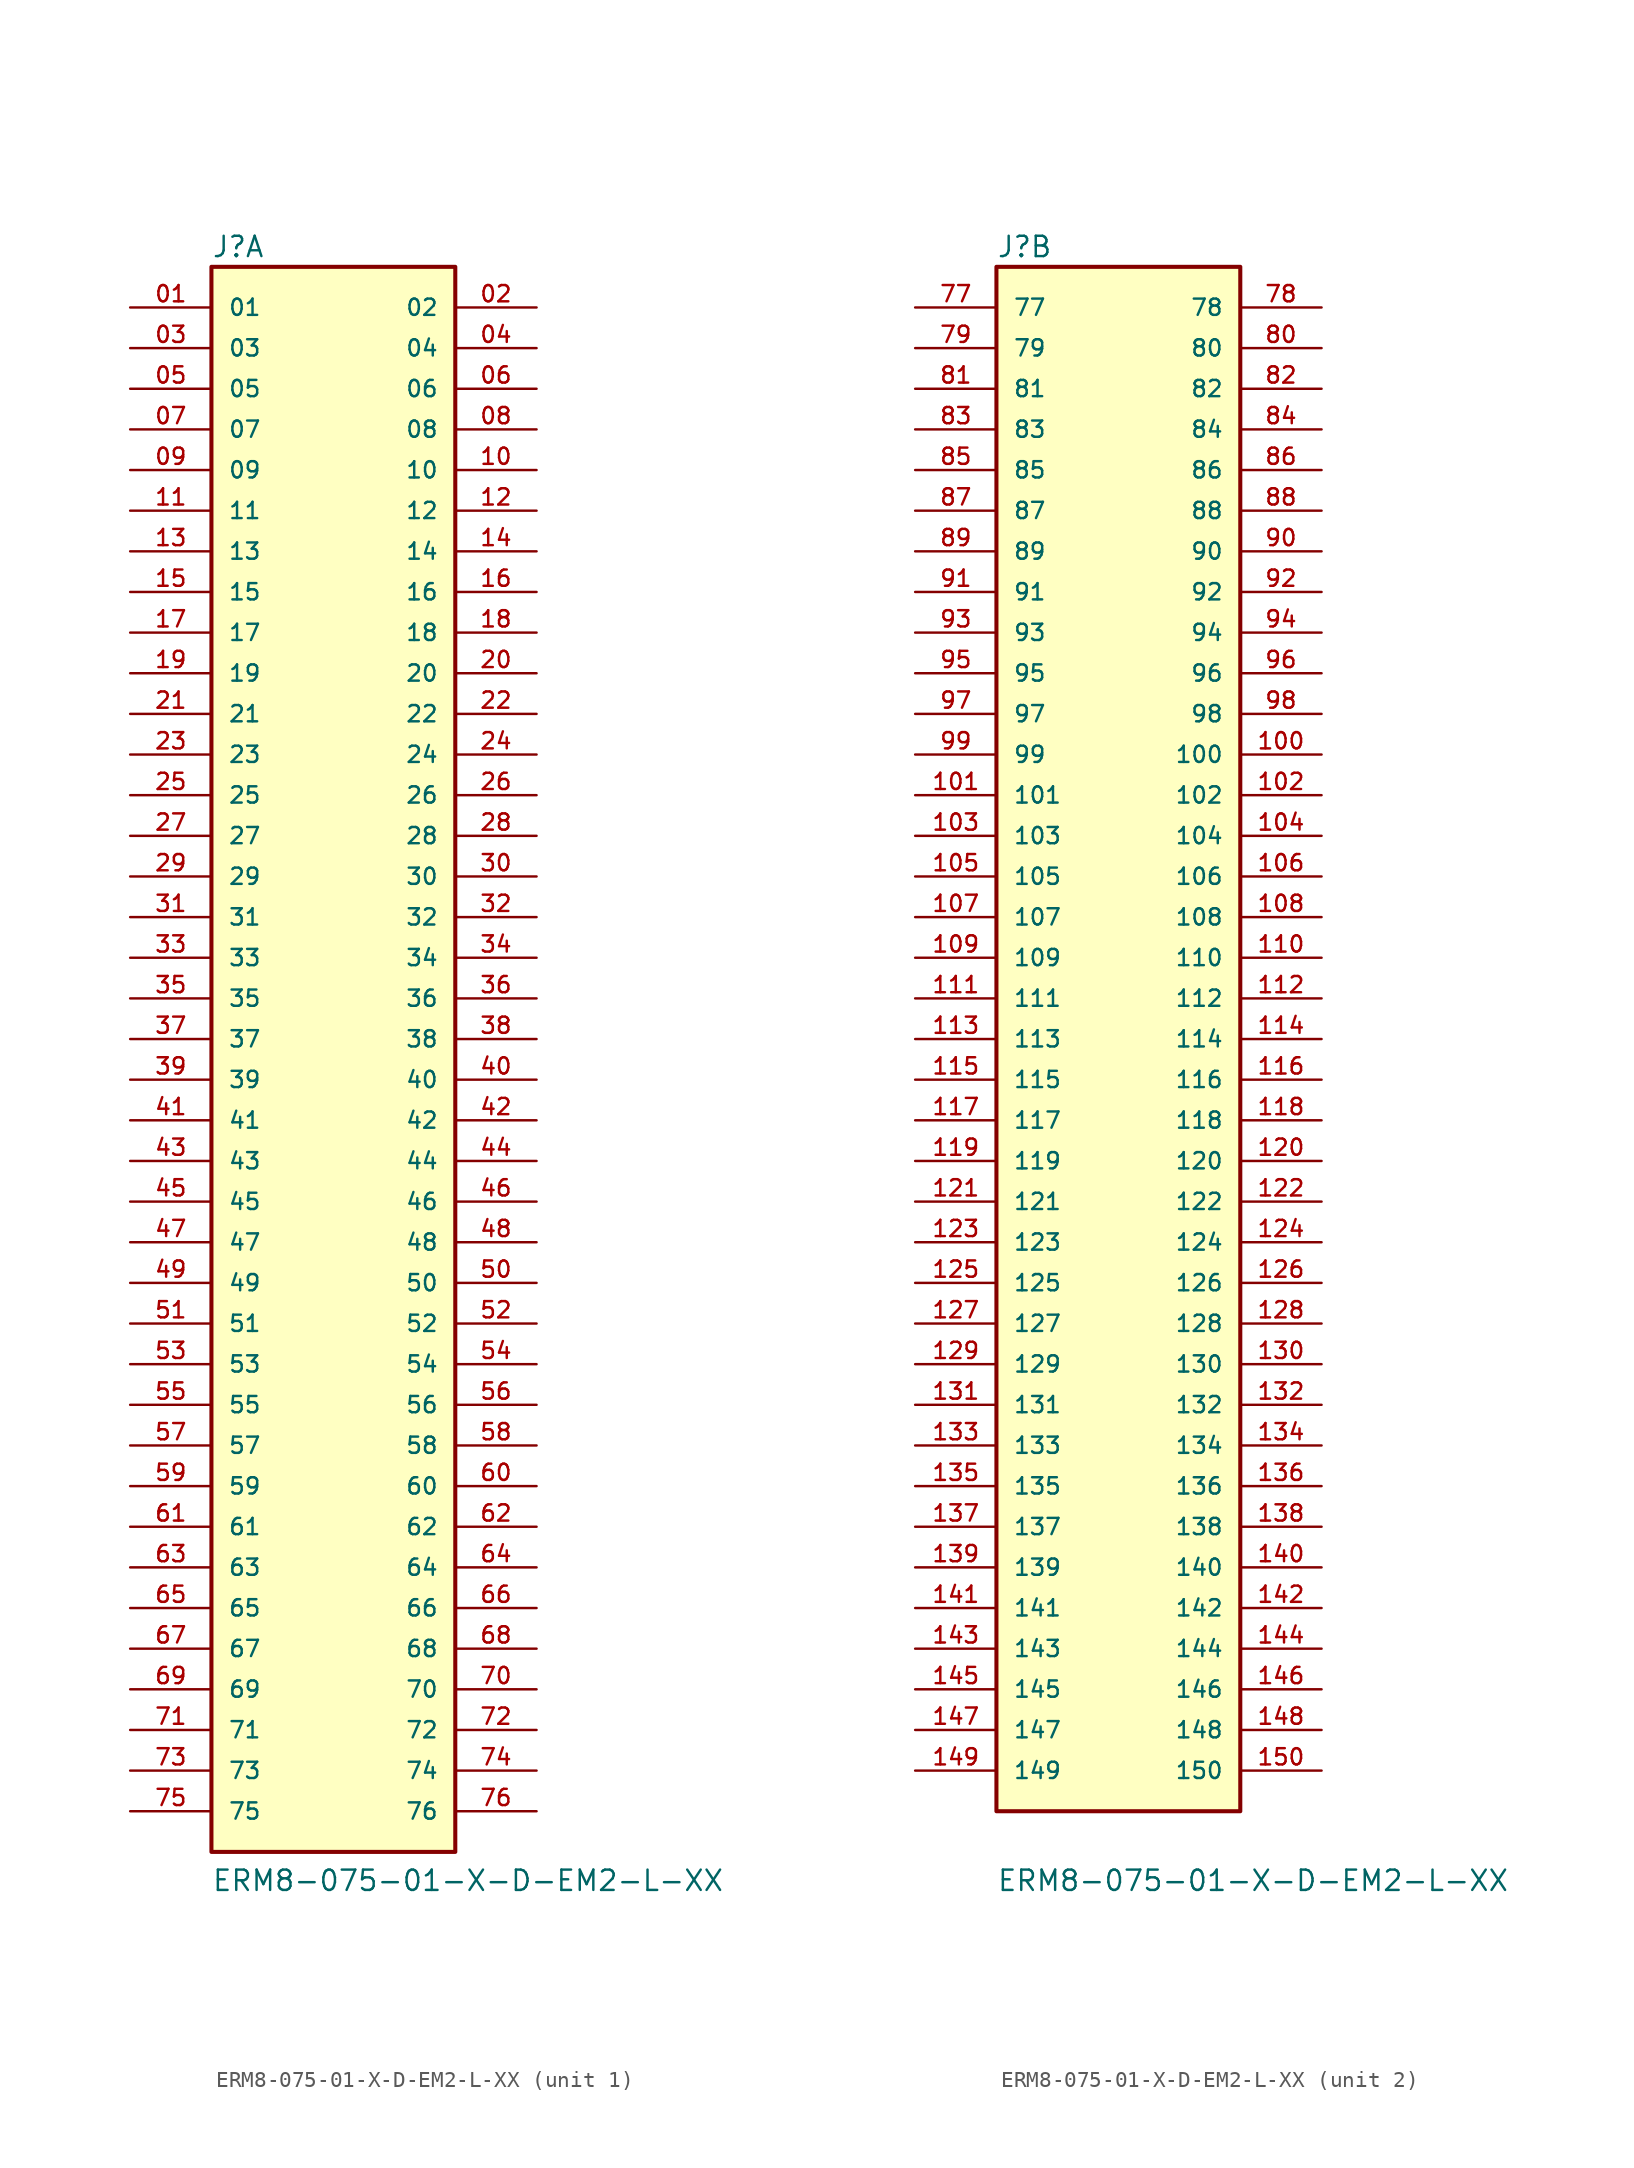
<source format=kicad_sym>
(kicad_symbol_lib
  (version 20211014)
  (generator kicad_symbol_editor)
  (symbol "ERM8-075-01-X-D-EM2-L-XX"
    (pin_names
      (offset 1.016))
    (property "Reference" "J"
      (at -7.62 48.768 0)
      (effects (font (size 1.27 1.27)) (justify bottom left)))
    (property "Value" "ERM8-075-01-X-D-EM2-L-XX"
      (at -7.62 -53.34 0)
      (effects (font (size 1.27 1.27)) (justify bottom left)))
    (symbol "ERM8-075-01-X-D-EM2-L-XX_1_0"
      (rectangle (start -7.62 -50.8) (end 7.62 48.26) (stroke (width 0.254)) (fill (type background)))
      (pin passive line (at -12.7 45.72 0) (length 5.08) (name "01" (effects (font (size 1.016 1.016)))) (number "01" (effects (font (size 1.016 1.016)))))
      (pin passive line (at 12.7 45.72 180.0) (length 5.08) (name "02" (effects (font (size 1.016 1.016)))) (number "02" (effects (font (size 1.016 1.016)))))
      (pin passive line (at -12.7 43.18 0) (length 5.08) (name "03" (effects (font (size 1.016 1.016)))) (number "03" (effects (font (size 1.016 1.016)))))
      (pin passive line (at 12.7 43.18 180.0) (length 5.08) (name "04" (effects (font (size 1.016 1.016)))) (number "04" (effects (font (size 1.016 1.016)))))
      (pin passive line (at -12.7 40.64 0) (length 5.08) (name "05" (effects (font (size 1.016 1.016)))) (number "05" (effects (font (size 1.016 1.016)))))
      (pin passive line (at 12.7 40.64 180.0) (length 5.08) (name "06" (effects (font (size 1.016 1.016)))) (number "06" (effects (font (size 1.016 1.016)))))
      (pin passive line (at -12.7 38.1 0) (length 5.08) (name "07" (effects (font (size 1.016 1.016)))) (number "07" (effects (font (size 1.016 1.016)))))
      (pin passive line (at 12.7 38.1 180.0) (length 5.08) (name "08" (effects (font (size 1.016 1.016)))) (number "08" (effects (font (size 1.016 1.016)))))
      (pin passive line (at -12.7 35.56 0) (length 5.08) (name "09" (effects (font (size 1.016 1.016)))) (number "09" (effects (font (size 1.016 1.016)))))
      (pin passive line (at 12.7 35.56 180.0) (length 5.08) (name "10" (effects (font (size 1.016 1.016)))) (number "10" (effects (font (size 1.016 1.016)))))
      (pin passive line (at -12.7 33.02 0) (length 5.08) (name "11" (effects (font (size 1.016 1.016)))) (number "11" (effects (font (size 1.016 1.016)))))
      (pin passive line (at 12.7 33.02 180.0) (length 5.08) (name "12" (effects (font (size 1.016 1.016)))) (number "12" (effects (font (size 1.016 1.016)))))
      (pin passive line (at -12.7 30.48 0) (length 5.08) (name "13" (effects (font (size 1.016 1.016)))) (number "13" (effects (font (size 1.016 1.016)))))
      (pin passive line (at 12.7 30.48 180.0) (length 5.08) (name "14" (effects (font (size 1.016 1.016)))) (number "14" (effects (font (size 1.016 1.016)))))
      (pin passive line (at -12.7 27.94 0) (length 5.08) (name "15" (effects (font (size 1.016 1.016)))) (number "15" (effects (font (size 1.016 1.016)))))
      (pin passive line (at 12.7 27.94 180.0) (length 5.08) (name "16" (effects (font (size 1.016 1.016)))) (number "16" (effects (font (size 1.016 1.016)))))
      (pin passive line (at -12.7 25.4 0) (length 5.08) (name "17" (effects (font (size 1.016 1.016)))) (number "17" (effects (font (size 1.016 1.016)))))
      (pin passive line (at 12.7 25.4 180.0) (length 5.08) (name "18" (effects (font (size 1.016 1.016)))) (number "18" (effects (font (size 1.016 1.016)))))
      (pin passive line (at -12.7 22.86 0) (length 5.08) (name "19" (effects (font (size 1.016 1.016)))) (number "19" (effects (font (size 1.016 1.016)))))
      (pin passive line (at 12.7 22.86 180.0) (length 5.08) (name "20" (effects (font (size 1.016 1.016)))) (number "20" (effects (font (size 1.016 1.016)))))
      (pin passive line (at -12.7 20.32 0) (length 5.08) (name "21" (effects (font (size 1.016 1.016)))) (number "21" (effects (font (size 1.016 1.016)))))
      (pin passive line (at 12.7 20.32 180.0) (length 5.08) (name "22" (effects (font (size 1.016 1.016)))) (number "22" (effects (font (size 1.016 1.016)))))
      (pin passive line (at -12.7 17.78 0) (length 5.08) (name "23" (effects (font (size 1.016 1.016)))) (number "23" (effects (font (size 1.016 1.016)))))
      (pin passive line (at 12.7 17.78 180.0) (length 5.08) (name "24" (effects (font (size 1.016 1.016)))) (number "24" (effects (font (size 1.016 1.016)))))
      (pin passive line (at -12.7 15.24 0) (length 5.08) (name "25" (effects (font (size 1.016 1.016)))) (number "25" (effects (font (size 1.016 1.016)))))
      (pin passive line (at 12.7 15.24 180.0) (length 5.08) (name "26" (effects (font (size 1.016 1.016)))) (number "26" (effects (font (size 1.016 1.016)))))
      (pin passive line (at -12.7 12.7 0) (length 5.08) (name "27" (effects (font (size 1.016 1.016)))) (number "27" (effects (font (size 1.016 1.016)))))
      (pin passive line (at 12.7 12.7 180.0) (length 5.08) (name "28" (effects (font (size 1.016 1.016)))) (number "28" (effects (font (size 1.016 1.016)))))
      (pin passive line (at -12.7 10.16 0) (length 5.08) (name "29" (effects (font (size 1.016 1.016)))) (number "29" (effects (font (size 1.016 1.016)))))
      (pin passive line (at 12.7 10.16 180.0) (length 5.08) (name "30" (effects (font (size 1.016 1.016)))) (number "30" (effects (font (size 1.016 1.016)))))
      (pin passive line (at -12.7 7.62 0) (length 5.08) (name "31" (effects (font (size 1.016 1.016)))) (number "31" (effects (font (size 1.016 1.016)))))
      (pin passive line (at 12.7 7.62 180.0) (length 5.08) (name "32" (effects (font (size 1.016 1.016)))) (number "32" (effects (font (size 1.016 1.016)))))
      (pin passive line (at -12.7 5.08 0) (length 5.08) (name "33" (effects (font (size 1.016 1.016)))) (number "33" (effects (font (size 1.016 1.016)))))
      (pin passive line (at 12.7 5.08 180.0) (length 5.08) (name "34" (effects (font (size 1.016 1.016)))) (number "34" (effects (font (size 1.016 1.016)))))
      (pin passive line (at -12.7 2.54 0) (length 5.08) (name "35" (effects (font (size 1.016 1.016)))) (number "35" (effects (font (size 1.016 1.016)))))
      (pin passive line (at 12.7 2.54 180.0) (length 5.08) (name "36" (effects (font (size 1.016 1.016)))) (number "36" (effects (font (size 1.016 1.016)))))
      (pin passive line (at -12.7 0.0 0) (length 5.08) (name "37" (effects (font (size 1.016 1.016)))) (number "37" (effects (font (size 1.016 1.016)))))
      (pin passive line (at 12.7 0.0 180.0) (length 5.08) (name "38" (effects (font (size 1.016 1.016)))) (number "38" (effects (font (size 1.016 1.016)))))
      (pin passive line (at -12.7 -2.54 0) (length 5.08) (name "39" (effects (font (size 1.016 1.016)))) (number "39" (effects (font (size 1.016 1.016)))))
      (pin passive line (at 12.7 -2.54 180.0) (length 5.08) (name "40" (effects (font (size 1.016 1.016)))) (number "40" (effects (font (size 1.016 1.016)))))
      (pin passive line (at -12.7 -17.78 0) (length 5.08) (name "51" (effects (font (size 1.016 1.016)))) (number "51" (effects (font (size 1.016 1.016)))))
      (pin passive line (at -12.7 -20.32 0) (length 5.08) (name "53" (effects (font (size 1.016 1.016)))) (number "53" (effects (font (size 1.016 1.016)))))
      (pin passive line (at -12.7 -22.86 0) (length 5.08) (name "55" (effects (font (size 1.016 1.016)))) (number "55" (effects (font (size 1.016 1.016)))))
      (pin passive line (at -12.7 -25.4 0) (length 5.08) (name "57" (effects (font (size 1.016 1.016)))) (number "57" (effects (font (size 1.016 1.016)))))
      (pin passive line (at -12.7 -27.94 0) (length 5.08) (name "59" (effects (font (size 1.016 1.016)))) (number "59" (effects (font (size 1.016 1.016)))))
      (pin passive line (at -12.7 -30.48 0) (length 5.08) (name "61" (effects (font (size 1.016 1.016)))) (number "61" (effects (font (size 1.016 1.016)))))
      (pin passive line (at -12.7 -33.02 0) (length 5.08) (name "63" (effects (font (size 1.016 1.016)))) (number "63" (effects (font (size 1.016 1.016)))))
      (pin passive line (at -12.7 -35.56 0) (length 5.08) (name "65" (effects (font (size 1.016 1.016)))) (number "65" (effects (font (size 1.016 1.016)))))
      (pin passive line (at -12.7 -38.1 0) (length 5.08) (name "67" (effects (font (size 1.016 1.016)))) (number "67" (effects (font (size 1.016 1.016)))))
      (pin passive line (at -12.7 -40.64 0) (length 5.08) (name "69" (effects (font (size 1.016 1.016)))) (number "69" (effects (font (size 1.016 1.016)))))
      (pin passive line (at -12.7 -43.18 0) (length 5.08) (name "71" (effects (font (size 1.016 1.016)))) (number "71" (effects (font (size 1.016 1.016)))))
      (pin passive line (at -12.7 -45.72 0) (length 5.08) (name "73" (effects (font (size 1.016 1.016)))) (number "73" (effects (font (size 1.016 1.016)))))
      (pin passive line (at -12.7 -48.26 0) (length 5.08) (name "75" (effects (font (size 1.016 1.016)))) (number "75" (effects (font (size 1.016 1.016)))))
      (pin passive line (at -12.7 -5.08 0) (length 5.08) (name "41" (effects (font (size 1.016 1.016)))) (number "41" (effects (font (size 1.016 1.016)))))
      (pin passive line (at -12.7 -7.62 0) (length 5.08) (name "43" (effects (font (size 1.016 1.016)))) (number "43" (effects (font (size 1.016 1.016)))))
      (pin passive line (at -12.7 -10.16 0) (length 5.08) (name "45" (effects (font (size 1.016 1.016)))) (number "45" (effects (font (size 1.016 1.016)))))
      (pin passive line (at -12.7 -12.7 0) (length 5.08) (name "47" (effects (font (size 1.016 1.016)))) (number "47" (effects (font (size 1.016 1.016)))))
      (pin passive line (at -12.7 -15.24 0) (length 5.08) (name "49" (effects (font (size 1.016 1.016)))) (number "49" (effects (font (size 1.016 1.016)))))
      (pin passive line (at 12.7 -5.08 180.0) (length 5.08) (name "42" (effects (font (size 1.016 1.016)))) (number "42" (effects (font (size 1.016 1.016)))))
      (pin passive line (at 12.7 -7.62 180.0) (length 5.08) (name "44" (effects (font (size 1.016 1.016)))) (number "44" (effects (font (size 1.016 1.016)))))
      (pin passive line (at 12.7 -10.16 180.0) (length 5.08) (name "46" (effects (font (size 1.016 1.016)))) (number "46" (effects (font (size 1.016 1.016)))))
      (pin passive line (at 12.7 -12.7 180.0) (length 5.08) (name "48" (effects (font (size 1.016 1.016)))) (number "48" (effects (font (size 1.016 1.016)))))
      (pin passive line (at 12.7 -15.24 180.0) (length 5.08) (name "50" (effects (font (size 1.016 1.016)))) (number "50" (effects (font (size 1.016 1.016)))))
      (pin passive line (at 12.7 -17.78 180.0) (length 5.08) (name "52" (effects (font (size 1.016 1.016)))) (number "52" (effects (font (size 1.016 1.016)))))
      (pin passive line (at 12.7 -20.32 180.0) (length 5.08) (name "54" (effects (font (size 1.016 1.016)))) (number "54" (effects (font (size 1.016 1.016)))))
      (pin passive line (at 12.7 -22.86 180.0) (length 5.08) (name "56" (effects (font (size 1.016 1.016)))) (number "56" (effects (font (size 1.016 1.016)))))
      (pin passive line (at 12.7 -25.4 180.0) (length 5.08) (name "58" (effects (font (size 1.016 1.016)))) (number "58" (effects (font (size 1.016 1.016)))))
      (pin passive line (at 12.7 -27.94 180.0) (length 5.08) (name "60" (effects (font (size 1.016 1.016)))) (number "60" (effects (font (size 1.016 1.016)))))
      (pin passive line (at 12.7 -30.48 180.0) (length 5.08) (name "62" (effects (font (size 1.016 1.016)))) (number "62" (effects (font (size 1.016 1.016)))))
      (pin passive line (at 12.7 -33.02 180.0) (length 5.08) (name "64" (effects (font (size 1.016 1.016)))) (number "64" (effects (font (size 1.016 1.016)))))
      (pin passive line (at 12.7 -35.56 180.0) (length 5.08) (name "66" (effects (font (size 1.016 1.016)))) (number "66" (effects (font (size 1.016 1.016)))))
      (pin passive line (at 12.7 -38.1 180.0) (length 5.08) (name "68" (effects (font (size 1.016 1.016)))) (number "68" (effects (font (size 1.016 1.016)))))
      (pin passive line (at 12.7 -40.64 180.0) (length 5.08) (name "70" (effects (font (size 1.016 1.016)))) (number "70" (effects (font (size 1.016 1.016)))))
      (pin passive line (at 12.7 -43.18 180.0) (length 5.08) (name "72" (effects (font (size 1.016 1.016)))) (number "72" (effects (font (size 1.016 1.016)))))
      (pin passive line (at 12.7 -45.72 180.0) (length 5.08) (name "74" (effects (font (size 1.016 1.016)))) (number "74" (effects (font (size 1.016 1.016)))))
      (pin passive line (at 12.7 -48.26 180.0) (length 5.08) (name "76" (effects (font (size 1.016 1.016)))) (number "76" (effects (font (size 1.016 1.016))))))
    (symbol "ERM8-075-01-X-D-EM2-L-XX_2_0"
      (rectangle (start -7.62 -48.26) (end 7.62 48.26) (stroke (width 0.254)) (fill (type background)))
      (pin passive line (at 12.7 5.08 180.0) (length 5.08) (name "110" (effects (font (size 1.016 1.016)))) (number "110" (effects (font (size 1.016 1.016)))))
      (pin passive line (at -12.7 2.54 0) (length 5.08) (name "111" (effects (font (size 1.016 1.016)))) (number "111" (effects (font (size 1.016 1.016)))))
      (pin passive line (at 12.7 2.54 180.0) (length 5.08) (name "112" (effects (font (size 1.016 1.016)))) (number "112" (effects (font (size 1.016 1.016)))))
      (pin passive line (at -12.7 0.0 0) (length 5.08) (name "113" (effects (font (size 1.016 1.016)))) (number "113" (effects (font (size 1.016 1.016)))))
      (pin passive line (at 12.7 0.0 180.0) (length 5.08) (name "114" (effects (font (size 1.016 1.016)))) (number "114" (effects (font (size 1.016 1.016)))))
      (pin passive line (at -12.7 -2.54 0) (length 5.08) (name "115" (effects (font (size 1.016 1.016)))) (number "115" (effects (font (size 1.016 1.016)))))
      (pin passive line (at 12.7 -2.54 180.0) (length 5.08) (name "116" (effects (font (size 1.016 1.016)))) (number "116" (effects (font (size 1.016 1.016)))))
      (pin passive line (at -12.7 -5.08 0) (length 5.08) (name "117" (effects (font (size 1.016 1.016)))) (number "117" (effects (font (size 1.016 1.016)))))
      (pin passive line (at 12.7 -5.08 180.0) (length 5.08) (name "118" (effects (font (size 1.016 1.016)))) (number "118" (effects (font (size 1.016 1.016)))))
      (pin passive line (at -12.7 -7.62 0) (length 5.08) (name "119" (effects (font (size 1.016 1.016)))) (number "119" (effects (font (size 1.016 1.016)))))
      (pin passive line (at 12.7 -7.62 180.0) (length 5.08) (name "120" (effects (font (size 1.016 1.016)))) (number "120" (effects (font (size 1.016 1.016)))))
      (pin passive line (at -12.7 -10.16 0) (length 5.08) (name "121" (effects (font (size 1.016 1.016)))) (number "121" (effects (font (size 1.016 1.016)))))
      (pin passive line (at 12.7 -10.16 180.0) (length 5.08) (name "122" (effects (font (size 1.016 1.016)))) (number "122" (effects (font (size 1.016 1.016)))))
      (pin passive line (at -12.7 -12.7 0) (length 5.08) (name "123" (effects (font (size 1.016 1.016)))) (number "123" (effects (font (size 1.016 1.016)))))
      (pin passive line (at 12.7 -12.7 180.0) (length 5.08) (name "124" (effects (font (size 1.016 1.016)))) (number "124" (effects (font (size 1.016 1.016)))))
      (pin passive line (at -12.7 -15.24 0) (length 5.08) (name "125" (effects (font (size 1.016 1.016)))) (number "125" (effects (font (size 1.016 1.016)))))
      (pin passive line (at 12.7 -15.24 180.0) (length 5.08) (name "126" (effects (font (size 1.016 1.016)))) (number "126" (effects (font (size 1.016 1.016)))))
      (pin passive line (at -12.7 -17.78 0) (length 5.08) (name "127" (effects (font (size 1.016 1.016)))) (number "127" (effects (font (size 1.016 1.016)))))
      (pin passive line (at 12.7 -17.78 180.0) (length 5.08) (name "128" (effects (font (size 1.016 1.016)))) (number "128" (effects (font (size 1.016 1.016)))))
      (pin passive line (at -12.7 -20.32 0) (length 5.08) (name "129" (effects (font (size 1.016 1.016)))) (number "129" (effects (font (size 1.016 1.016)))))
      (pin passive line (at 12.7 -20.32 180.0) (length 5.08) (name "130" (effects (font (size 1.016 1.016)))) (number "130" (effects (font (size 1.016 1.016)))))
      (pin passive line (at -12.7 -22.86 0) (length 5.08) (name "131" (effects (font (size 1.016 1.016)))) (number "131" (effects (font (size 1.016 1.016)))))
      (pin passive line (at 12.7 -22.86 180.0) (length 5.08) (name "132" (effects (font (size 1.016 1.016)))) (number "132" (effects (font (size 1.016 1.016)))))
      (pin passive line (at -12.7 -25.4 0) (length 5.08) (name "133" (effects (font (size 1.016 1.016)))) (number "133" (effects (font (size 1.016 1.016)))))
      (pin passive line (at 12.7 -25.4 180.0) (length 5.08) (name "134" (effects (font (size 1.016 1.016)))) (number "134" (effects (font (size 1.016 1.016)))))
      (pin passive line (at -12.7 -27.94 0) (length 5.08) (name "135" (effects (font (size 1.016 1.016)))) (number "135" (effects (font (size 1.016 1.016)))))
      (pin passive line (at 12.7 -27.94 180.0) (length 5.08) (name "136" (effects (font (size 1.016 1.016)))) (number "136" (effects (font (size 1.016 1.016)))))
      (pin passive line (at -12.7 -30.48 0) (length 5.08) (name "137" (effects (font (size 1.016 1.016)))) (number "137" (effects (font (size 1.016 1.016)))))
      (pin passive line (at 12.7 -30.48 180.0) (length 5.08) (name "138" (effects (font (size 1.016 1.016)))) (number "138" (effects (font (size 1.016 1.016)))))
      (pin passive line (at -12.7 -33.02 0) (length 5.08) (name "139" (effects (font (size 1.016 1.016)))) (number "139" (effects (font (size 1.016 1.016)))))
      (pin passive line (at 12.7 -33.02 180.0) (length 5.08) (name "140" (effects (font (size 1.016 1.016)))) (number "140" (effects (font (size 1.016 1.016)))))
      (pin passive line (at -12.7 15.24 0) (length 5.08) (name "101" (effects (font (size 1.016 1.016)))) (number "101" (effects (font (size 1.016 1.016)))))
      (pin passive line (at 12.7 15.24 180.0) (length 5.08) (name "102" (effects (font (size 1.016 1.016)))) (number "102" (effects (font (size 1.016 1.016)))))
      (pin passive line (at -12.7 12.7 0) (length 5.08) (name "103" (effects (font (size 1.016 1.016)))) (number "103" (effects (font (size 1.016 1.016)))))
      (pin passive line (at 12.7 12.7 180.0) (length 5.08) (name "104" (effects (font (size 1.016 1.016)))) (number "104" (effects (font (size 1.016 1.016)))))
      (pin passive line (at -12.7 10.16 0) (length 5.08) (name "105" (effects (font (size 1.016 1.016)))) (number "105" (effects (font (size 1.016 1.016)))))
      (pin passive line (at 12.7 10.16 180.0) (length 5.08) (name "106" (effects (font (size 1.016 1.016)))) (number "106" (effects (font (size 1.016 1.016)))))
      (pin passive line (at -12.7 7.62 0) (length 5.08) (name "107" (effects (font (size 1.016 1.016)))) (number "107" (effects (font (size 1.016 1.016)))))
      (pin passive line (at 12.7 7.62 180.0) (length 5.08) (name "108" (effects (font (size 1.016 1.016)))) (number "108" (effects (font (size 1.016 1.016)))))
      (pin passive line (at -12.7 5.08 0) (length 5.08) (name "109" (effects (font (size 1.016 1.016)))) (number "109" (effects (font (size 1.016 1.016)))))
      (pin passive line (at -12.7 -35.56 0) (length 5.08) (name "141" (effects (font (size 1.016 1.016)))) (number "141" (effects (font (size 1.016 1.016)))))
      (pin passive line (at -12.7 -38.1 0) (length 5.08) (name "143" (effects (font (size 1.016 1.016)))) (number "143" (effects (font (size 1.016 1.016)))))
      (pin passive line (at -12.7 -40.64 0) (length 5.08) (name "145" (effects (font (size 1.016 1.016)))) (number "145" (effects (font (size 1.016 1.016)))))
      (pin passive line (at -12.7 -43.18 0) (length 5.08) (name "147" (effects (font (size 1.016 1.016)))) (number "147" (effects (font (size 1.016 1.016)))))
      (pin passive line (at -12.7 -45.72 0) (length 5.08) (name "149" (effects (font (size 1.016 1.016)))) (number "149" (effects (font (size 1.016 1.016)))))
      (pin passive line (at 12.7 -35.56 180.0) (length 5.08) (name "142" (effects (font (size 1.016 1.016)))) (number "142" (effects (font (size 1.016 1.016)))))
      (pin passive line (at 12.7 -38.1 180.0) (length 5.08) (name "144" (effects (font (size 1.016 1.016)))) (number "144" (effects (font (size 1.016 1.016)))))
      (pin passive line (at 12.7 -40.64 180.0) (length 5.08) (name "146" (effects (font (size 1.016 1.016)))) (number "146" (effects (font (size 1.016 1.016)))))
      (pin passive line (at 12.7 -43.18 180.0) (length 5.08) (name "148" (effects (font (size 1.016 1.016)))) (number "148" (effects (font (size 1.016 1.016)))))
      (pin passive line (at 12.7 -45.72 180.0) (length 5.08) (name "150" (effects (font (size 1.016 1.016)))) (number "150" (effects (font (size 1.016 1.016)))))
      (pin passive line (at -12.7 45.72 0) (length 5.08) (name "77" (effects (font (size 1.016 1.016)))) (number "77" (effects (font (size 1.016 1.016)))))
      (pin passive line (at -12.7 43.18 0) (length 5.08) (name "79" (effects (font (size 1.016 1.016)))) (number "79" (effects (font (size 1.016 1.016)))))
      (pin passive line (at -12.7 40.64 0) (length 5.08) (name "81" (effects (font (size 1.016 1.016)))) (number "81" (effects (font (size 1.016 1.016)))))
      (pin passive line (at -12.7 38.1 0) (length 5.08) (name "83" (effects (font (size 1.016 1.016)))) (number "83" (effects (font (size 1.016 1.016)))))
      (pin passive line (at -12.7 35.56 0) (length 5.08) (name "85" (effects (font (size 1.016 1.016)))) (number "85" (effects (font (size 1.016 1.016)))))
      (pin passive line (at -12.7 33.02 0) (length 5.08) (name "87" (effects (font (size 1.016 1.016)))) (number "87" (effects (font (size 1.016 1.016)))))
      (pin passive line (at -12.7 30.48 0) (length 5.08) (name "89" (effects (font (size 1.016 1.016)))) (number "89" (effects (font (size 1.016 1.016)))))
      (pin passive line (at -12.7 27.94 0) (length 5.08) (name "91" (effects (font (size 1.016 1.016)))) (number "91" (effects (font (size 1.016 1.016)))))
      (pin passive line (at -12.7 25.4 0) (length 5.08) (name "93" (effects (font (size 1.016 1.016)))) (number "93" (effects (font (size 1.016 1.016)))))
      (pin passive line (at -12.7 22.86 0) (length 5.08) (name "95" (effects (font (size 1.016 1.016)))) (number "95" (effects (font (size 1.016 1.016)))))
      (pin passive line (at -12.7 20.32 0) (length 5.08) (name "97" (effects (font (size 1.016 1.016)))) (number "97" (effects (font (size 1.016 1.016)))))
      (pin passive line (at -12.7 17.78 0) (length 5.08) (name "99" (effects (font (size 1.016 1.016)))) (number "99" (effects (font (size 1.016 1.016)))))
      (pin passive line (at 12.7 45.72 180.0) (length 5.08) (name "78" (effects (font (size 1.016 1.016)))) (number "78" (effects (font (size 1.016 1.016)))))
      (pin passive line (at 12.7 43.18 180.0) (length 5.08) (name "80" (effects (font (size 1.016 1.016)))) (number "80" (effects (font (size 1.016 1.016)))))
      (pin passive line (at 12.7 40.64 180.0) (length 5.08) (name "82" (effects (font (size 1.016 1.016)))) (number "82" (effects (font (size 1.016 1.016)))))
      (pin passive line (at 12.7 38.1 180.0) (length 5.08) (name "84" (effects (font (size 1.016 1.016)))) (number "84" (effects (font (size 1.016 1.016)))))
      (pin passive line (at 12.7 35.56 180.0) (length 5.08) (name "86" (effects (font (size 1.016 1.016)))) (number "86" (effects (font (size 1.016 1.016)))))
      (pin passive line (at 12.7 33.02 180.0) (length 5.08) (name "88" (effects (font (size 1.016 1.016)))) (number "88" (effects (font (size 1.016 1.016)))))
      (pin passive line (at 12.7 30.48 180.0) (length 5.08) (name "90" (effects (font (size 1.016 1.016)))) (number "90" (effects (font (size 1.016 1.016)))))
      (pin passive line (at 12.7 27.94 180.0) (length 5.08) (name "92" (effects (font (size 1.016 1.016)))) (number "92" (effects (font (size 1.016 1.016)))))
      (pin passive line (at 12.7 25.4 180.0) (length 5.08) (name "94" (effects (font (size 1.016 1.016)))) (number "94" (effects (font (size 1.016 1.016)))))
      (pin passive line (at 12.7 22.86 180.0) (length 5.08) (name "96" (effects (font (size 1.016 1.016)))) (number "96" (effects (font (size 1.016 1.016)))))
      (pin passive line (at 12.7 20.32 180.0) (length 5.08) (name "98" (effects (font (size 1.016 1.016)))) (number "98" (effects (font (size 1.016 1.016)))))
      (pin passive line (at 12.7 17.78 180.0) (length 5.08) (name "100" (effects (font (size 1.016 1.016)))) (number "100" (effects (font (size 1.016 1.016))))))))
</source>
